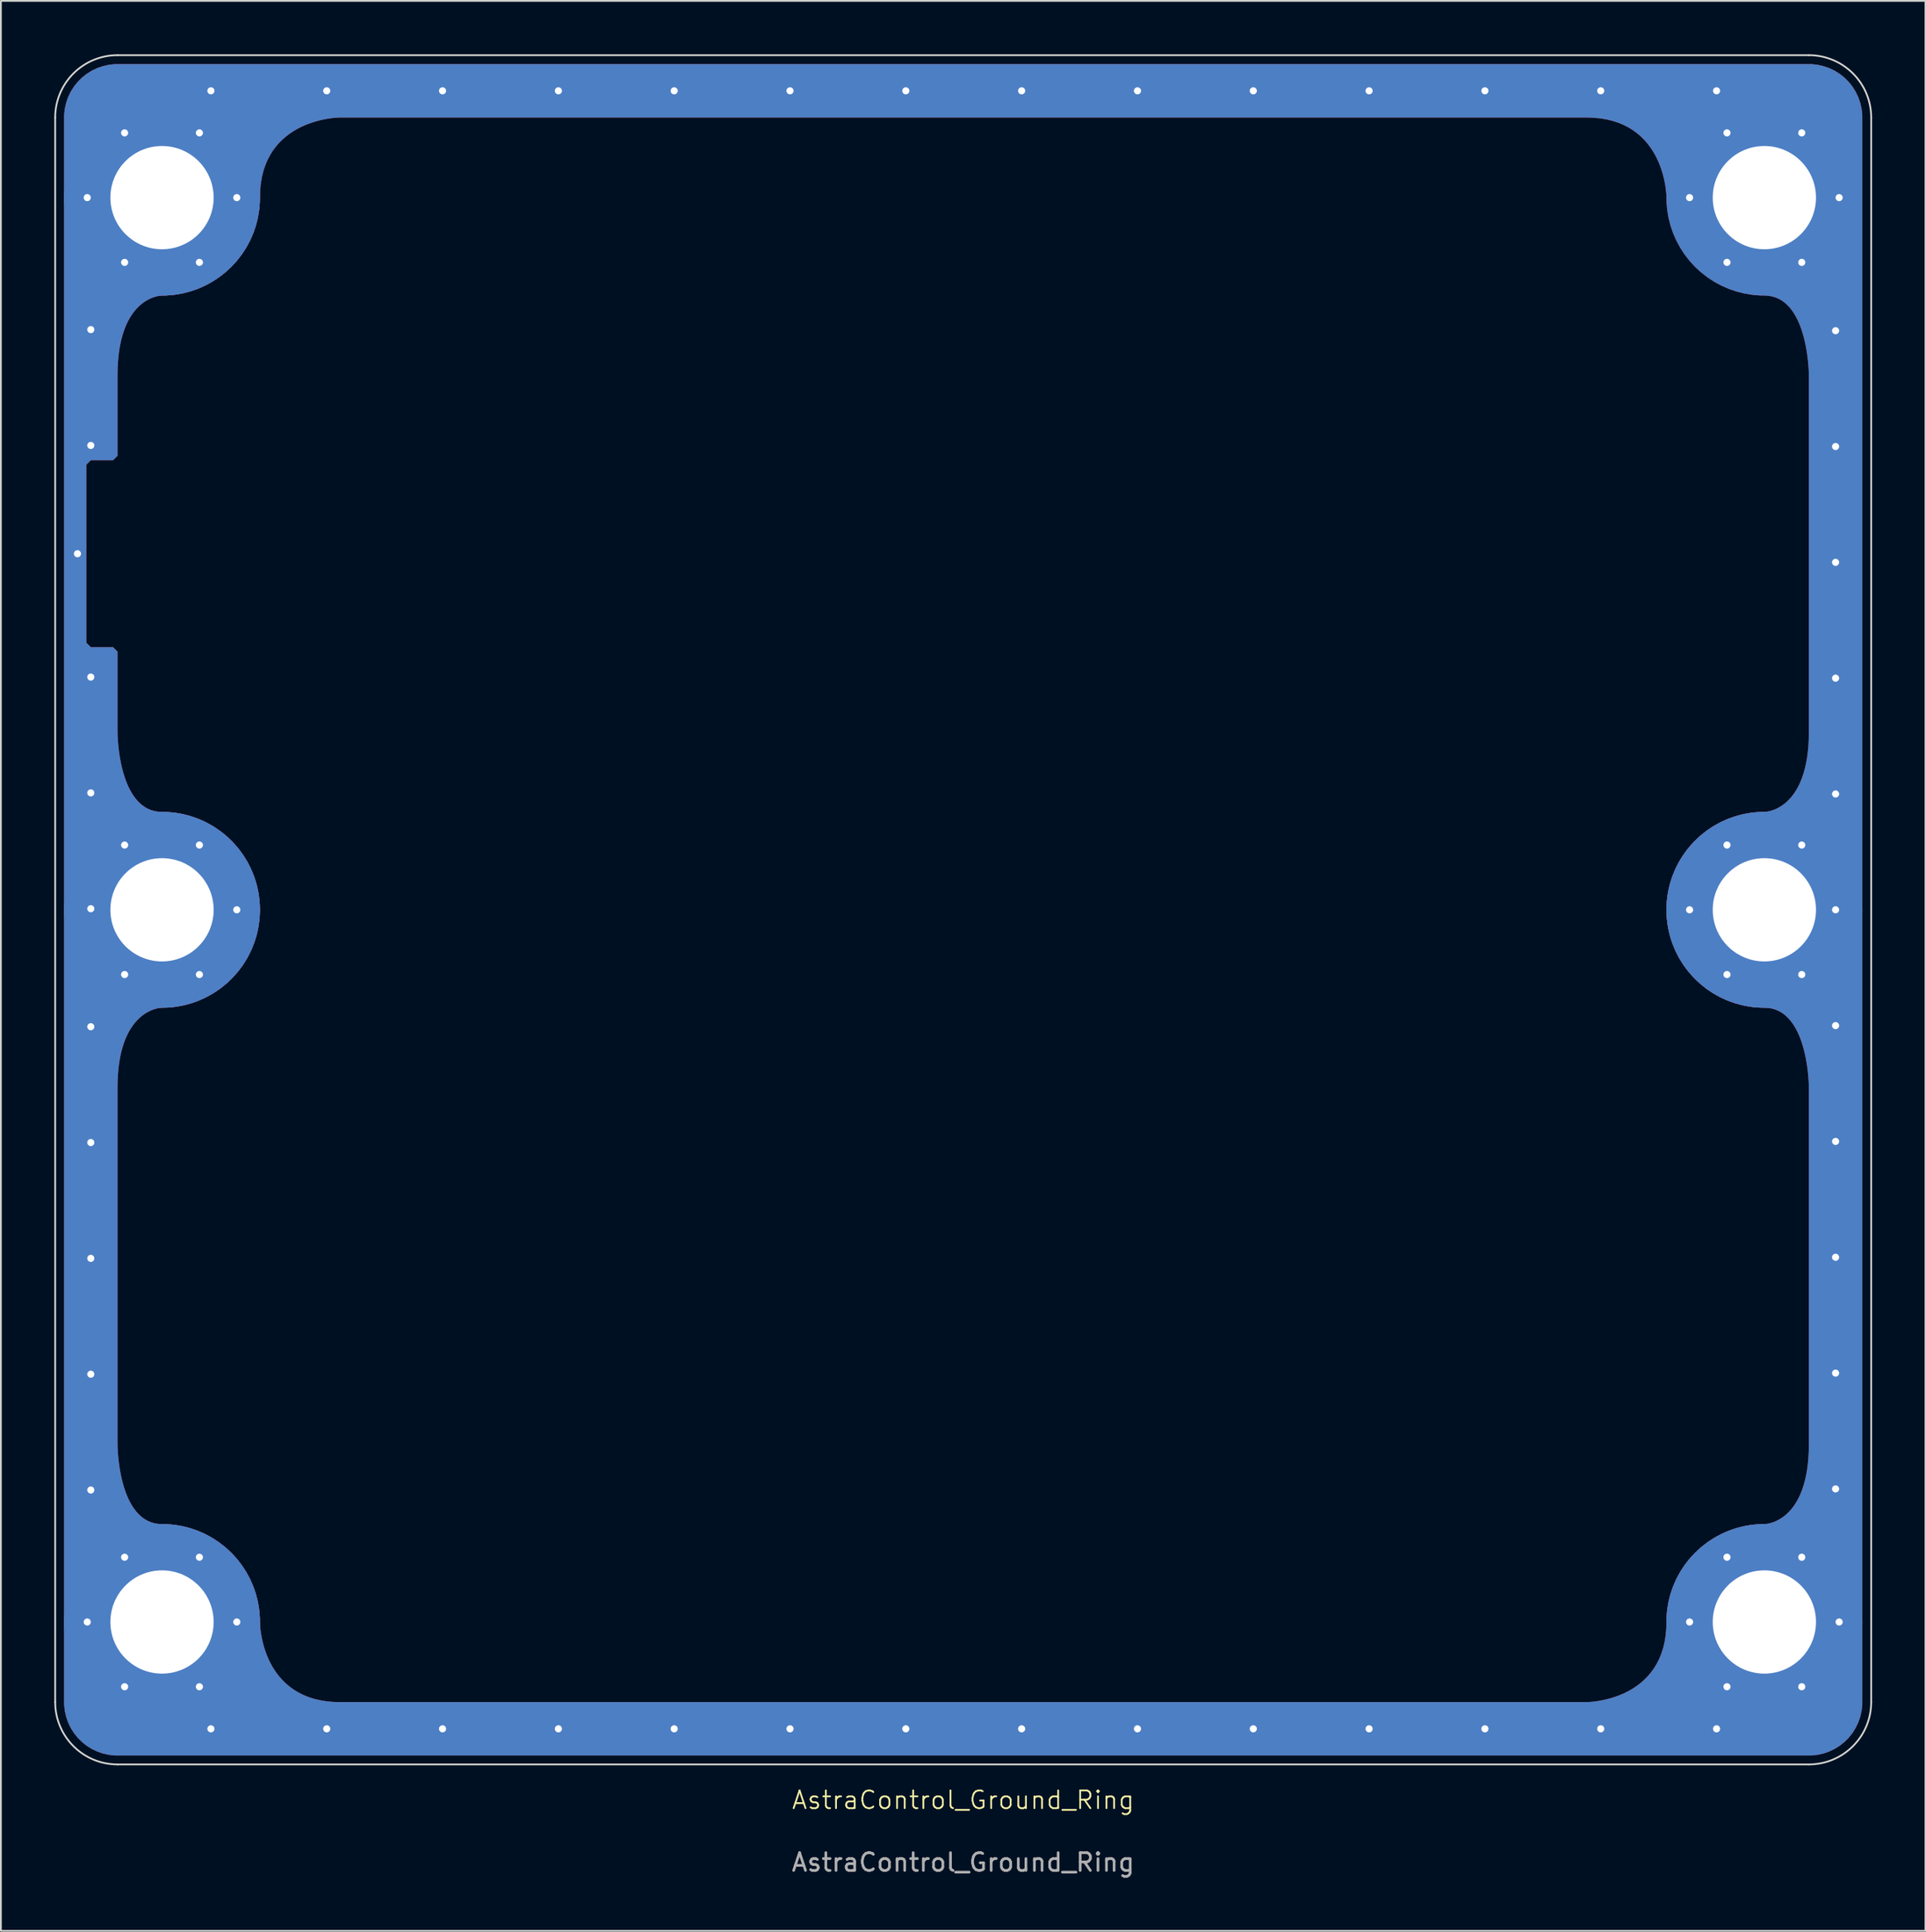
<source format=kicad_pcb>
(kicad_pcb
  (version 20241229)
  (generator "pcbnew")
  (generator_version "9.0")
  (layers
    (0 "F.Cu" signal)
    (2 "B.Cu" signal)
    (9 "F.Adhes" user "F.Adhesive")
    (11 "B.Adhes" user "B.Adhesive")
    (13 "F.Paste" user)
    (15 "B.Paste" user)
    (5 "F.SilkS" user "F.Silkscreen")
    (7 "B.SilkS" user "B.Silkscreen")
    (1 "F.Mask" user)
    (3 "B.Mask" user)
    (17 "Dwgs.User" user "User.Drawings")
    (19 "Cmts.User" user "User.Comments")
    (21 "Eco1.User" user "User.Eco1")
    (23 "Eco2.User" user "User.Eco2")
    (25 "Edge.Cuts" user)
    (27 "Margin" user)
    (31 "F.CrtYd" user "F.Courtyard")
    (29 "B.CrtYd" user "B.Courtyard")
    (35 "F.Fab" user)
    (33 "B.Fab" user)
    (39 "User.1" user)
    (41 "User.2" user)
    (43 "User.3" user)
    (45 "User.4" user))
  (footprint "AstraControl_Ground_Ring"
    (layer "F.Cu")
    (at 51.05 48.05)
    (property "Reference" "AstraControl_Ground_Ring" (at 0 50 0) (unlocked yes) (layer "F.SilkS") (effects (font (size 1 1) (thickness 0.1))))
    (attr through_hole)
    (fp_line (start -51 -44.5) (end -51 44.5) (stroke (width 0.1) (type default)) (layer "Edge.Cuts"))
    (fp_line (start -47.5 48) (end 47.5 48) (stroke (width 0.1) (type default)) (layer "Edge.Cuts"))
    (fp_line (start 47.5 -48) (end -47.5 -48) (stroke (width 0.1) (type default)) (layer "Edge.Cuts"))
    (fp_line (start 51 44.5) (end 51 -44.5) (stroke (width 0.1) (type default)) (layer "Edge.Cuts"))
    (fp_arc (start -51 -44.500001) (mid -49.974873 -46.974874) (end -47.5 -48) (stroke (width 0.1) (type default)) (layer "Edge.Cuts"))
    (fp_arc (start -47.499999 48) (mid -49.974878 46.974869) (end -51 44.499999) (stroke (width 0.1) (type default)) (layer "Edge.Cuts"))
    (fp_arc (start 47.5 -48) (mid 49.974874 -46.974874) (end 51 -44.5) (stroke (width 0.1) (type default)) (layer "Edge.Cuts"))
    (fp_arc (start 51 44.5) (mid 49.974874 46.974874) (end 47.5 48) (stroke (width 0.1) (type default)) (layer "Edge.Cuts"))
    (fp_line (start -50.5 -44.5) (end -50.5 44.5) (stroke (width 0.1) (type default)) (layer "User.1"))
    (fp_line (start -47.5 47.5) (end 47.5 47.5) (stroke (width 0.1) (type default)) (layer "User.1"))
    (fp_line (start 0 50.25) (end 0 -48) (stroke (width 0.1) (type default)) (layer "User.1"))
    (fp_line (start 47.5 -47.5) (end -47.5 -47.5) (stroke (width 0.1) (type default)) (layer "User.1"))
    (fp_line (start 50.5 44.5) (end 50.5 -44.5) (stroke (width 0.1) (type default)) (layer "User.1"))
    (fp_arc (start -50.5 -44.499739) (mid -49.621341 -46.621147) (end -47.499739 -47.5) (stroke (width 0.1) (type default)) (layer "User.1"))
    (fp_arc (start -47.500001 47.5) (mid -49.621317 46.621324) (end -50.5 44.500002) (stroke (width 0.1) (type default)) (layer "User.1"))
    (fp_arc (start 47.5 -47.5) (mid 49.62132 -46.62132) (end 50.5 -44.5) (stroke (width 0.1) (type default)) (layer "User.1"))
    (fp_arc (start 50.5 44.5) (mid 49.62132 46.62132) (end 47.5 47.5) (stroke (width 0.1) (type default)) (layer "User.1"))
    (fp_text user "${REFERENCE}" (at 0 53.5 0) (unlocked yes) (layer "F.Fab") (effects (font (size 1 1) (thickness 0.15))))
    (pad "1" thru_hole circle (at -49.75 -20) (size 0.8 0.8) (drill 0.4) (layers "*.Cu" "*.Mask"))
    (pad "1" thru_hole circle (at -49.2 -40) (size 0.8 0.8) (drill 0.4) (layers "*.Cu" "*.Mask"))
    (pad "1" thru_hole circle (at -49.2 40) (size 0.8 0.8) (drill 0.4) (layers "*.Cu" "*.Mask"))
    (pad "1" thru_hole circle (at -49 -32.587) (size 0.8 0.8) (drill 0.4) (layers "*.Cu" "*.Mask"))
    (pad "1" thru_hole circle (at -49 -26.082) (size 0.8 0.8) (drill 0.4) (layers "*.Cu" "*.Mask"))
    (pad "1" thru_hole circle (at -49 -13.072) (size 0.8 0.8) (drill 0.4) (layers "*.Cu" "*.Mask"))
    (pad "1" thru_hole circle (at -49 -6.567) (size 0.8 0.8) (drill 0.4) (layers "*.Cu" "*.Mask"))
    (pad "1" thru_hole circle (at -49 -0.061) (size 0.8 0.8) (drill 0.4) (layers "*.Cu" "*.Mask"))
    (pad "1" thru_hole circle (at -49 6.567) (size 0.8 0.8) (drill 0.4) (layers "*.Cu" "*.Mask"))
    (pad "1" thru_hole circle (at -49 13.072) (size 0.8 0.8) (drill 0.4) (layers "*.Cu" "*.Mask"))
    (pad "1" thru_hole circle (at -49 19.577) (size 0.8 0.8) (drill 0.4) (layers "*.Cu" "*.Mask"))
    (pad "1" thru_hole circle (at -49 26.082) (size 0.8 0.8) (drill 0.4) (layers "*.Cu" "*.Mask"))
    (pad "1" thru_hole circle (at -49 32.587) (size 0.8 0.8) (drill 0.4) (layers "*.Cu" "*.Mask"))
    (pad "1" thru_hole circle (at -47.1 -43.637) (size 0.8 0.8) (drill 0.4) (layers "*.Cu" "*.Mask"))
    (pad "1" thru_hole circle (at -47.1 -36.363) (size 0.8 0.8) (drill 0.4) (layers "*.Cu" "*.Mask"))
    (pad "1" thru_hole circle (at -47.1 -3.637) (size 0.8 0.8) (drill 0.4) (layers "*.Cu" "*.Mask"))
    (pad "1" thru_hole circle (at -47.1 3.637) (size 0.8 0.8) (drill 0.4) (layers "*.Cu" "*.Mask"))
    (pad "1" thru_hole circle (at -47.1 36.363) (size 0.8 0.8) (drill 0.4) (layers "*.Cu" "*.Mask"))
    (pad "1" thru_hole circle (at -47.1 43.637) (size 0.8 0.8) (drill 0.4) (layers "*.Cu" "*.Mask"))
    (pad "1" thru_hole circle (at -45 -40) (size 11 11) (drill 5.8) (layers "*.Cu" "*.Mask"))
    (pad "1" thru_hole circle (at -45 0) (size 11 11) (drill 5.8) (layers "*.Cu" "*.Mask"))
    (pad "1" thru_hole circle (at -45 40) (size 11 11) (drill 5.8) (layers "*.Cu" "*.Mask"))
    (pad "1" thru_hole circle (at -42.9 -43.637) (size 0.8 0.8) (drill 0.4) (layers "*.Cu" "*.Mask"))
    (pad "1" thru_hole circle (at -42.9 -36.363) (size 0.8 0.8) (drill 0.4) (layers "*.Cu" "*.Mask"))
    (pad "1" thru_hole circle (at -42.9 -3.637) (size 0.8 0.8) (drill 0.4) (layers "*.Cu" "*.Mask"))
    (pad "1" thru_hole circle (at -42.9 3.637) (size 0.8 0.8) (drill 0.4) (layers "*.Cu" "*.Mask"))
    (pad "1" thru_hole circle (at -42.9 36.363) (size 0.8 0.8) (drill 0.4) (layers "*.Cu" "*.Mask"))
    (pad "1" thru_hole circle (at -42.9 43.637) (size 0.8 0.8) (drill 0.4) (layers "*.Cu" "*.Mask"))
    (pad "1" thru_hole circle (at -42.253 -46) (size 0.8 0.8) (drill 0.4) (layers "*.Cu" "*.Mask"))
    (pad "1" thru_hole circle (at -42.253 46) (size 0.8 0.8) (drill 0.4) (layers "*.Cu" "*.Mask"))
    (pad "1" thru_hole circle (at -40.8 -40) (size 0.8 0.8) (drill 0.4) (layers "*.Cu" "*.Mask"))
    (pad "1" thru_hole circle (at -40.8 0) (size 0.8 0.8) (drill 0.4) (layers "*.Cu" "*.Mask"))
    (pad "1" thru_hole circle (at -40.8 40) (size 0.8 0.8) (drill 0.4) (layers "*.Cu" "*.Mask"))
    (pad "1" thru_hole circle (at -35.748 -46) (size 0.8 0.8) (drill 0.4) (layers "*.Cu" "*.Mask"))
    (pad "1" thru_hole circle (at -35.748 46) (size 0.8 0.8) (drill 0.4) (layers "*.Cu" "*.Mask"))
    (pad "1" thru_hole circle (at -29.243 -46) (size 0.8 0.8) (drill 0.4) (layers "*.Cu" "*.Mask"))
    (pad "1" thru_hole circle (at -29.243 46) (size 0.8 0.8) (drill 0.4) (layers "*.Cu" "*.Mask"))
    (pad "1" thru_hole circle (at -22.737 -46) (size 0.8 0.8) (drill 0.4) (layers "*.Cu" "*.Mask"))
    (pad "1" thru_hole circle (at -22.737 46) (size 0.8 0.8) (drill 0.4) (layers "*.Cu" "*.Mask"))
    (pad "1" thru_hole circle (at -16.232 -46) (size 0.8 0.8) (drill 0.4) (layers "*.Cu" "*.Mask"))
    (pad "1" thru_hole circle (at -16.232 46) (size 0.8 0.8) (drill 0.4) (layers "*.Cu" "*.Mask"))
    (pad "1" thru_hole circle (at -9.727 -46) (size 0.8 0.8) (drill 0.4) (layers "*.Cu" "*.Mask"))
    (pad "1" thru_hole circle (at -9.727 46) (size 0.8 0.8) (drill 0.4) (layers "*.Cu" "*.Mask"))
    (pad "1" thru_hole circle (at -3.222 -46) (size 0.8 0.8) (drill 0.4) (layers "*.Cu" "*.Mask"))
    (pad "1" thru_hole circle (at -3.222 46) (size 0.8 0.8) (drill 0.4) (layers "*.Cu" "*.Mask"))
    (pad "1" thru_hole circle (at 3.283 -46) (size 0.8 0.8) (drill 0.4) (layers "*.Cu" "*.Mask"))
    (pad "1" thru_hole circle (at 3.283 46) (size 0.8 0.8) (drill 0.4) (layers "*.Cu" "*.Mask"))
    (pad "1" thru_hole circle (at 9.789 -46) (size 0.8 0.8) (drill 0.4) (layers "*.Cu" "*.Mask"))
    (pad "1" thru_hole circle (at 9.789 46) (size 0.8 0.8) (drill 0.4) (layers "*.Cu" "*.Mask"))
    (pad "1" thru_hole circle (at 16.294 -46) (size 0.8 0.8) (drill 0.4) (layers "*.Cu" "*.Mask"))
    (pad "1" thru_hole circle (at 16.294 46) (size 0.8 0.8) (drill 0.4) (layers "*.Cu" "*.Mask"))
    (pad "1" thru_hole circle (at 22.799 -46) (size 0.8 0.8) (drill 0.4) (layers "*.Cu" "*.Mask"))
    (pad "1" thru_hole circle (at 22.799 46) (size 0.8 0.8) (drill 0.4) (layers "*.Cu" "*.Mask"))
    (pad "1" thru_hole circle (at 29.304 -46) (size 0.8 0.8) (drill 0.4) (layers "*.Cu" "*.Mask"))
    (pad "1" thru_hole circle (at 29.304 46) (size 0.8 0.8) (drill 0.4) (layers "*.Cu" "*.Mask"))
    (pad "1" thru_hole circle (at 35.809 -46) (size 0.8 0.8) (drill 0.4) (layers "*.Cu" "*.Mask"))
    (pad "1" thru_hole circle (at 35.809 46) (size 0.8 0.8) (drill 0.4) (layers "*.Cu" "*.Mask"))
    (pad "1" thru_hole circle (at 40.8 -40) (size 0.8 0.8) (drill 0.4) (layers "*.Cu" "*.Mask"))
    (pad "1" thru_hole circle (at 40.8 0) (size 0.8 0.8) (drill 0.4) (layers "*.Cu" "*.Mask"))
    (pad "1" thru_hole circle (at 40.8 40) (size 0.8 0.8) (drill 0.4) (layers "*.Cu" "*.Mask"))
    (pad "1" thru_hole circle (at 42.315 -46) (size 0.8 0.8) (drill 0.4) (layers "*.Cu" "*.Mask"))
    (pad "1" thru_hole circle (at 42.315 46) (size 0.8 0.8) (drill 0.4) (layers "*.Cu" "*.Mask"))
    (pad "1" thru_hole circle (at 42.9 -43.637) (size 0.8 0.8) (drill 0.4) (layers "*.Cu" "*.Mask"))
    (pad "1" thru_hole circle (at 42.9 -36.363) (size 0.8 0.8) (drill 0.4) (layers "*.Cu" "*.Mask"))
    (pad "1" thru_hole circle (at 42.9 -3.637) (size 0.8 0.8) (drill 0.4) (layers "*.Cu" "*.Mask"))
    (pad "1" thru_hole circle (at 42.9 3.637) (size 0.8 0.8) (drill 0.4) (layers "*.Cu" "*.Mask"))
    (pad "1" thru_hole circle (at 42.9 36.363) (size 0.8 0.8) (drill 0.4) (layers "*.Cu" "*.Mask"))
    (pad "1" thru_hole circle (at 42.9 43.637) (size 0.8 0.8) (drill 0.4) (layers "*.Cu" "*.Mask"))
    (pad "1" thru_hole custom (at 45 -40) (size 11 11) (drill 5.8) (layers "*.Cu" "*.Mask") (options (anchor circle)) (primitives (gr_poly (pts (xy 2.5 -7.5) (xy 2.668 -7.498) (xy 3.003 -7.46) (xy 3.331 -7.385) (xy 3.649 -7.274) (xy 3.952 -7.128) (xy 4.237 -6.949) (xy 4.501 -6.739) (xy 4.739 -6.501) (xy 4.949 -6.237) (xy 5.128 -5.952) (xy 5.274 -5.649) (xy 5.385 -5.331) (xy 5.46 -5.003) (xy 5.498 -4.668) (xy 5.5 -4.5) (xy 5.5 84.5) (xy 5.498 84.668) (xy 5.46 85.003) (xy 5.385 85.331) (xy 5.274 85.649) (xy 5.128 85.952) (xy 4.949 86.237) (xy 4.739 86.501) (xy 4.501 86.739) (xy 4.237 86.949) (xy 3.952 87.128) (xy 3.649 87.274) (xy 3.331 87.385) (xy 3.003 87.46) (xy 2.668 87.498) (xy 2.5 87.5) (xy -45 87.5) (xy -92.5 87.5) (xy -92.668 87.498) (xy -93.003 87.46) (xy -93.331 87.385) (xy -93.649 87.274) (xy -93.952 87.128) (xy -94.237 86.949) (xy -94.501 86.739) (xy -94.739 86.501) (xy -94.949 86.237) (xy -95.128 85.952) (xy -95.274 85.649) (xy -95.385 85.331) (xy -95.46 85.003) (xy -95.498 84.668) (xy -95.5 84.5) (xy -95.5 10) (xy -92.5 10) (xy -92.5 14.5) (xy -92.75 14.75) (xy -94 14.75) (xy -94.25 15) (xy -94.25 25) (xy -94 25.25) (xy -92.75 25.25) (xy -92.5 25.5) (xy -92.5 30) (xy -92.495 30.193) (xy -92.49 30.295) (xy -92.484 30.415) (xy -92.474 30.552) (xy -92.461 30.703) (xy -92.444 30.868) (xy -92.424 31.044) (xy -92.398 31.23) (xy -92.368 31.424) (xy -92.332 31.625) (xy -92.291 31.83) (xy -92.243 32.039) (xy -92.188 32.25) (xy -92.125 32.461) (xy -92.055 32.67) (xy -91.977 32.875) (xy -91.89 33.076) (xy -91.793 33.27) (xy -91.688 33.456) (xy -91.572 33.632) (xy -91.445 33.797) (xy -91.308 33.948) (xy -91.159 34.085) (xy -90.998 34.205) (xy -90.825 34.307) (xy -90.639 34.389) (xy -90.44 34.449) (xy -90.227 34.487) (xy -90 34.5) (xy -89.766 34.502) (xy -89.301 34.542) (xy -88.841 34.621) (xy -88.389 34.739) (xy -87.948 34.894) (xy -87.523 35.087) (xy -87.115 35.314) (xy -86.728 35.576) (xy -86.365 35.869) (xy -86.027 36.193) (xy -85.719 36.543) (xy -85.441 36.919) (xy -85.196 37.316) (xy -84.986 37.734) (xy -84.812 38.167) (xy -84.675 38.613) (xy -84.577 39.07) (xy -84.517 39.533) (xy -84.497 40) (xy -84.517 40.467) (xy -84.577 40.93) (xy -84.675 41.387) (xy -84.812 41.833) (xy -84.986 42.266) (xy -85.196 42.684) (xy -85.441 43.081) (xy -85.719 43.457) (xy -86.027 43.807) (xy -86.365 44.131) (xy -86.728 44.424) (xy -87.115 44.686) (xy -87.523 44.913) (xy -87.948 45.106) (xy -88.389 45.261) (xy -88.841 45.379) (xy -89.301 45.458) (xy -89.766 45.498) (xy -90 45.5) (xy -90.164 45.517) (xy -90.307 45.547) (xy -90.482 45.6) (xy -90.58 45.637) (xy -90.683 45.683) (xy -90.791 45.737) (xy -90.903 45.802) (xy -91.017 45.877) (xy -91.133 45.963) (xy -91.25 46.062) (xy -91.367 46.175) (xy -91.483 46.301) (xy -91.597 46.442) (xy -91.709 46.599) (xy -91.817 46.772) (xy -91.92 46.962) (xy -92.018 47.171) (xy -92.109 47.398) (xy -92.193 47.646) (xy -92.269 47.914) (xy -92.336 48.203) (xy -92.393 48.515) (xy -92.438 48.849) (xy -92.472 49.208) (xy -92.493 49.591) (xy -92.5 50) (xy -92.5 70) (xy -92.495 70.193) (xy -92.49 70.295) (xy -92.484 70.415) (xy -92.474 70.552) (xy -92.461 70.703) (xy -92.444 70.868) (xy -92.424 71.044) (xy -92.398 71.23) (xy -92.368 71.424) (xy -92.332 71.625) (xy -92.291 71.83) (xy -92.243 72.039) (xy -92.188 72.25) (xy -92.125 72.461) (xy -92.055 72.67) (xy -91.977 72.875) (xy -91.89 73.076) (xy -91.793 73.27) (xy -91.688 73.456) (xy -91.572 73.632) (xy -91.445 73.797) (xy -91.308 73.948) (xy -91.159 74.085) (xy -90.998 74.205) (xy -90.825 74.307) (xy -90.639 74.389) (xy -90.44 74.449) (xy -90.227 74.487) (xy -90 74.5) (xy -89.773 74.502) (xy -89.319 74.54) (xy -88.871 74.615) (xy -88.43 74.726) (xy -88 74.874) (xy -87.583 75.057) (xy -87.183 75.273) (xy -86.803 75.522) (xy -86.444 75.801) (xy -86.109 76.109) (xy -85.801 76.444) (xy -85.522 76.803) (xy -85.273 77.183) (xy -85.057 77.583) (xy -84.874 78) (xy -84.726 78.43) (xy -84.615 78.871) (xy -84.54 79.319) (xy -84.502 79.773) (xy -84.5 80) (xy -84.491 80.193) (xy -84.483 80.295) (xy -84.47 80.415) (xy -84.453 80.552) (xy -84.43 80.703) (xy -84.4 80.868) (xy -84.363 81.044) (xy -84.317 81.23) (xy -84.263 81.424) (xy -84.198 81.625) (xy -84.123 81.83) (xy -84.037 82.039) (xy -83.938 82.25) (xy -83.825 82.461) (xy -83.699 82.67) (xy -83.558 82.875) (xy -83.401 83.076) (xy -83.228 83.27) (xy -83.038 83.456) (xy -82.829 83.632) (xy -82.602 83.797) (xy -82.354 83.948) (xy -82.086 84.085) (xy -81.797 84.205) (xy -81.485 84.307) (xy -81.151 84.389) (xy -80.792 84.449) (xy -80.409 84.487) (xy -80 84.5) (xy -45 84.5) (xy -10 84.5) (xy -9.807 84.491) (xy -9.705 84.483) (xy -9.585 84.47) (xy -9.448 84.453) (xy -9.297 84.43) (xy -9.132 84.4) (xy -8.956 84.363) (xy -8.77 84.317) (xy -8.576 84.263) (xy -8.375 84.198) (xy -8.17 84.123) (xy -7.961 84.037) (xy -7.75 83.938) (xy -7.539 83.825) (xy -7.33 83.699) (xy -7.125 83.558) (xy -6.924 83.401) (xy -6.73 83.228) (xy -6.544 83.038) (xy -6.368 82.829) (xy -6.203 82.602) (xy -6.052 82.354) (xy -5.915 82.086) (xy -5.795 81.797) (xy -5.693 81.485) (xy -5.611 81.151) (xy -5.551 80.792) (xy -5.513 80.409) (xy -5.5 80) (xy -5.498 79.773) (xy -5.46 79.319) (xy -5.385 78.871) (xy -5.274 78.43) (xy -5.126 78) (xy -4.943 77.583) (xy -4.727 77.183) (xy -4.478 76.803) (xy -4.199 76.444) (xy -3.891 76.109) (xy -3.556 75.801) (xy -3.197 75.522) (xy -2.817 75.273) (xy -2.417 75.057) (xy -2 74.874) (xy -1.57 74.726) (xy -1.129 74.615) (xy -0.681 74.54) (xy -0.227 74.502) (xy 0 74.5) (xy 0.164 74.483) (xy 0.307 74.453) (xy 0.482 74.4) (xy 0.58 74.363) (xy 0.683 74.317) (xy 0.791 74.263) (xy 0.903 74.198) (xy 1.017 74.123) (xy 1.133 74.037) (xy 1.25 73.938) (xy 1.367 73.825) (xy 1.483 73.699) (xy 1.597 73.558) (xy 1.709 73.401) (xy 1.817 73.228) (xy 1.92 73.038) (xy 2.018 72.829) (xy 2.109 72.602) (xy 2.193 72.354) (xy 2.269 72.086) (xy 2.336 71.797) (xy 2.393 71.485) (xy 2.438 71.151) (xy 2.472 70.792) (xy 2.493 70.409) (xy 2.5 70) (xy 2.5 50) (xy 2.495 49.807) (xy 2.49 49.705) (xy 2.484 49.585) (xy 2.474 49.448) (xy 2.461 49.297) (xy 2.444 49.132) (xy 2.424 48.956) (xy 2.398 48.77) (xy 2.368 48.576) (xy 2.332 48.375) (xy 2.291 48.17) (xy 2.243 47.961) (xy 2.188 47.75) (xy 2.125 47.539) (xy 2.055 47.33) (xy 1.977 47.125) (xy 1.89 46.924) (xy 1.793 46.73) (xy 1.688 46.544) (xy 1.572 46.368) (xy 1.445 46.203) (xy 1.308 46.052) (xy 1.159 45.915) (xy 0.998 45.795) (xy 0.825 45.693) (xy 0.639 45.611) (xy 0.44 45.551) (xy 0.227 45.513) (xy 0 45.5) (xy -0.234 45.498) (xy -0.699 45.458) (xy -1.159 45.379) (xy -1.611 45.261) (xy -2.052 45.106) (xy -2.477 44.913) (xy -2.885 44.686) (xy -3.272 44.424) (xy -3.635 44.131) (xy -3.973 43.807) (xy -4.281 43.457) (xy -4.559 43.081) (xy -4.804 42.684) (xy -5.014 42.266) (xy -5.188 41.833) (xy -5.325 41.387) (xy -5.423 40.93) (xy -5.483 40.467) (xy -5.503 40) (xy -5.483 39.533) (xy -5.423 39.07) (xy -5.325 38.613) (xy -5.188 38.167) (xy -5.014 37.734) (xy -4.804 37.316) (xy -4.559 36.919) (xy -4.281 36.543) (xy -3.973 36.193) (xy -3.635 35.869) (xy -3.272 35.576) (xy -2.885 35.314) (xy -2.477 35.087) (xy -2.052 34.894) (xy -1.611 34.739) (xy -1.159 34.621) (xy -0.699 34.542) (xy -0.234 34.502) (xy 0 34.5) (xy 0.164 34.483) (xy 0.307 34.453) (xy 0.482 34.4) (xy 0.58 34.363) (xy 0.683 34.317) (xy 0.791 34.263) (xy 0.903 34.198) (xy 1.017 34.123) (xy 1.133 34.037) (xy 1.25 33.938) (xy 1.367 33.825) (xy 1.483 33.699) (xy 1.597 33.558) (xy 1.709 33.401) (xy 1.817 33.228) (xy 1.92 33.038) (xy 2.018 32.829) (xy 2.109 32.602) (xy 2.193 32.354) (xy 2.269 32.086) (xy 2.336 31.797) (xy 2.393 31.485) (xy 2.438 31.151) (xy 2.472 30.792) (xy 2.493 30.409) (xy 2.5 30) (xy 2.5 10) (xy 2.495 9.807) (xy 2.49 9.705) (xy 2.484 9.585) (xy 2.474 9.448) (xy 2.461 9.297) (xy 2.444 9.132) (xy 2.424 8.956) (xy 2.398 8.77) (xy 2.368 8.576) (xy 2.332 8.375) (xy 2.291 8.17) (xy 2.243 7.961) (xy 2.188 7.75) (xy 2.125 7.539) (xy 2.055 7.33) (xy 1.977 7.125) (xy 1.89 6.924) (xy 1.793 6.73) (xy 1.688 6.544) (xy 1.572 6.368) (xy 1.445 6.203) (xy 1.308 6.052) (xy 1.159 5.915) (xy 0.998 5.795) (xy 0.825 5.693) (xy 0.639 5.611) (xy 0.44 5.551) (xy 0.227 5.513) (xy 0 5.5) (xy -0.227 5.498) (xy -0.681 5.46) (xy -1.129 5.385) (xy -1.57 5.274) (xy -2 5.126) (xy -2.417 4.943) (xy -2.817 4.727) (xy -3.197 4.478) (xy -3.556 4.199) (xy -3.891 3.891) (xy -4.199 3.556) (xy -4.478 3.197) (xy -4.727 2.817) (xy -4.943 2.417) (xy -5.126 2) (xy -5.274 1.57) (xy -5.385 1.129) (xy -5.46 0.681) (xy -5.498 0.227) (xy -5.5 0) (xy -5.509 -0.193) (xy -5.517 -0.295) (xy -5.53 -0.415) (xy -5.547 -0.552) (xy -5.57 -0.703) (xy -5.6 -0.868) (xy -5.637 -1.044) (xy -5.683 -1.23) (xy -5.737 -1.424) (xy -5.802 -1.625) (xy -5.877 -1.83) (xy -5.963 -2.039) (xy -6.062 -2.25) (xy -6.175 -2.461) (xy -6.301 -2.67) (xy -6.442 -2.875) (xy -6.599 -3.076) (xy -6.772 -3.27) (xy -6.962 -3.456) (xy -7.171 -3.632) (xy -7.398 -3.797) (xy -7.646 -3.948) (xy -7.914 -4.085) (xy -8.203 -4.205) (xy -8.515 -4.307) (xy -8.849 -4.389) (xy -9.208 -4.449) (xy -9.591 -4.487) (xy -10 -4.5) (xy -45 -4.5) (xy -80 -4.5) (xy -80.193 -4.491) (xy -80.295 -4.483) (xy -80.415 -4.47) (xy -80.552 -4.453) (xy -80.703 -4.43) (xy -80.868 -4.4) (xy -81.044 -4.363) (xy -81.23 -4.317) (xy -81.424 -4.263) (xy -81.625 -4.198) (xy -81.83 -4.123) (xy -82.039 -4.037) (xy -82.25 -3.938) (xy -82.461 -3.825) (xy -82.67 -3.699) (xy -82.875 -3.558) (xy -83.076 -3.401) (xy -83.27 -3.228) (xy -83.456 -3.038) (xy -83.632 -2.829) (xy -83.797 -2.602) (xy -83.948 -2.354) (xy -84.085 -2.086) (xy -84.205 -1.797) (xy -84.307 -1.485) (xy -84.389 -1.151) (xy -84.449 -0.792) (xy -84.487 -0.409) (xy -84.5 0) (xy -84.502 0.227) (xy -84.54 0.681) (xy -84.615 1.129) (xy -84.726 1.57) (xy -84.874 2) (xy -85.057 2.417) (xy -85.273 2.817) (xy -85.522 3.197) (xy -85.801 3.556) (xy -86.109 3.891) (xy -86.444 4.199) (xy -86.803 4.478) (xy -87.183 4.727) (xy -87.583 4.943) (xy -88 5.126) (xy -88.43 5.274) (xy -88.871 5.385) (xy -89.319 5.46) (xy -89.773 5.498) (xy -90 5.5) (xy -90.164 5.517) (xy -90.307 5.547) (xy -90.482 5.6) (xy -90.58 5.637) (xy -90.683 5.683) (xy -90.791 5.737) (xy -90.903 5.802) (xy -91.017 5.877) (xy -91.133 5.963) (xy -91.25 6.062) (xy -91.367 6.175) (xy -91.483 6.301) (xy -91.597 6.442) (xy -91.709 6.599) (xy -91.817 6.772) (xy -91.92 6.962) (xy -92.018 7.171) (xy -92.109 7.398) (xy -92.193 7.646) (xy -92.269 7.914) (xy -92.336 8.203) (xy -92.393 8.515) (xy -92.438 8.849) (xy -92.472 9.208) (xy -92.493 9.591) (xy -92.5 10) (xy -95.5 10) (xy -95.5 -4.5) (xy -95.498 -4.668) (xy -95.46 -5.003) (xy -95.385 -5.331) (xy -95.274 -5.649) (xy -95.128 -5.952) (xy -94.949 -6.237) (xy -94.739 -6.501) (xy -94.501 -6.739) (xy -94.237 -6.949) (xy -93.952 -7.128) (xy -93.649 -7.274) (xy -93.331 -7.385) (xy -93.003 -7.46) (xy -92.668 -7.498) (xy -92.5 -7.5) (xy -45 -7.5)) (width 0) (fill yes))))
    (pad "1" thru_hole circle (at 45 0) (size 11 11) (drill 5.8) (layers "*.Cu" "*.Mask"))
    (pad "1" thru_hole circle (at 45 40) (size 11 11) (drill 5.8) (layers "*.Cu" "*.Mask"))
    (pad "1" thru_hole circle (at 47.1 -43.637) (size 0.8 0.8) (drill 0.4) (layers "*.Cu" "*.Mask"))
    (pad "1" thru_hole circle (at 47.1 -36.363) (size 0.8 0.8) (drill 0.4) (layers "*.Cu" "*.Mask"))
    (pad "1" thru_hole circle (at 47.1 -3.637) (size 0.8 0.8) (drill 0.4) (layers "*.Cu" "*.Mask"))
    (pad "1" thru_hole circle (at 47.1 3.637) (size 0.8 0.8) (drill 0.4) (layers "*.Cu" "*.Mask"))
    (pad "1" thru_hole circle (at 47.1 36.363) (size 0.8 0.8) (drill 0.4) (layers "*.Cu" "*.Mask"))
    (pad "1" thru_hole circle (at 47.1 43.637) (size 0.8 0.8) (drill 0.4) (layers "*.Cu" "*.Mask"))
    (pad "1" thru_hole circle (at 49 -32.526) (size 0.8 0.8) (drill 0.4) (layers "*.Cu" "*.Mask"))
    (pad "1" thru_hole circle (at 49 -26.021) (size 0.8 0.8) (drill 0.4) (layers "*.Cu" "*.Mask"))
    (pad "1" thru_hole circle (at 49 -19.516) (size 0.8 0.8) (drill 0.4) (layers "*.Cu" "*.Mask"))
    (pad "1" thru_hole circle (at 49 -13.01) (size 0.8 0.8) (drill 0.4) (layers "*.Cu" "*.Mask"))
    (pad "1" thru_hole circle (at 49 -6.505) (size 0.8 0.8) (drill 0.4) (layers "*.Cu" "*.Mask"))
    (pad "1" thru_hole circle (at 49 0) (size 0.8 0.8) (drill 0.4) (layers "*.Cu" "*.Mask"))
    (pad "1" thru_hole circle (at 49 6.505) (size 0.8 0.8) (drill 0.4) (layers "*.Cu" "*.Mask"))
    (pad "1" thru_hole circle (at 49 13.01) (size 0.8 0.8) (drill 0.4) (layers "*.Cu" "*.Mask"))
    (pad "1" thru_hole circle (at 49 19.516) (size 0.8 0.8) (drill 0.4) (layers "*.Cu" "*.Mask"))
    (pad "1" thru_hole circle (at 49 26.021) (size 0.8 0.8) (drill 0.4) (layers "*.Cu" "*.Mask"))
    (pad "1" thru_hole circle (at 49 32.526) (size 0.8 0.8) (drill 0.4) (layers "*.Cu" "*.Mask"))
    (pad "1" thru_hole circle (at 49.2 -40) (size 0.8 0.8) (drill 0.4) (layers "*.Cu" "*.Mask"))
    (pad "1" thru_hole circle (at 49.2 40) (size 0.8 0.8) (drill 0.4) (layers "*.Cu" "*.Mask")))
  (gr_rect
    (start -3 -3)
    (end 105.1 105.398)
    (stroke (width 0.1) (type default))
    (fill no)
    (layer "Edge.Cuts")))
</source>
